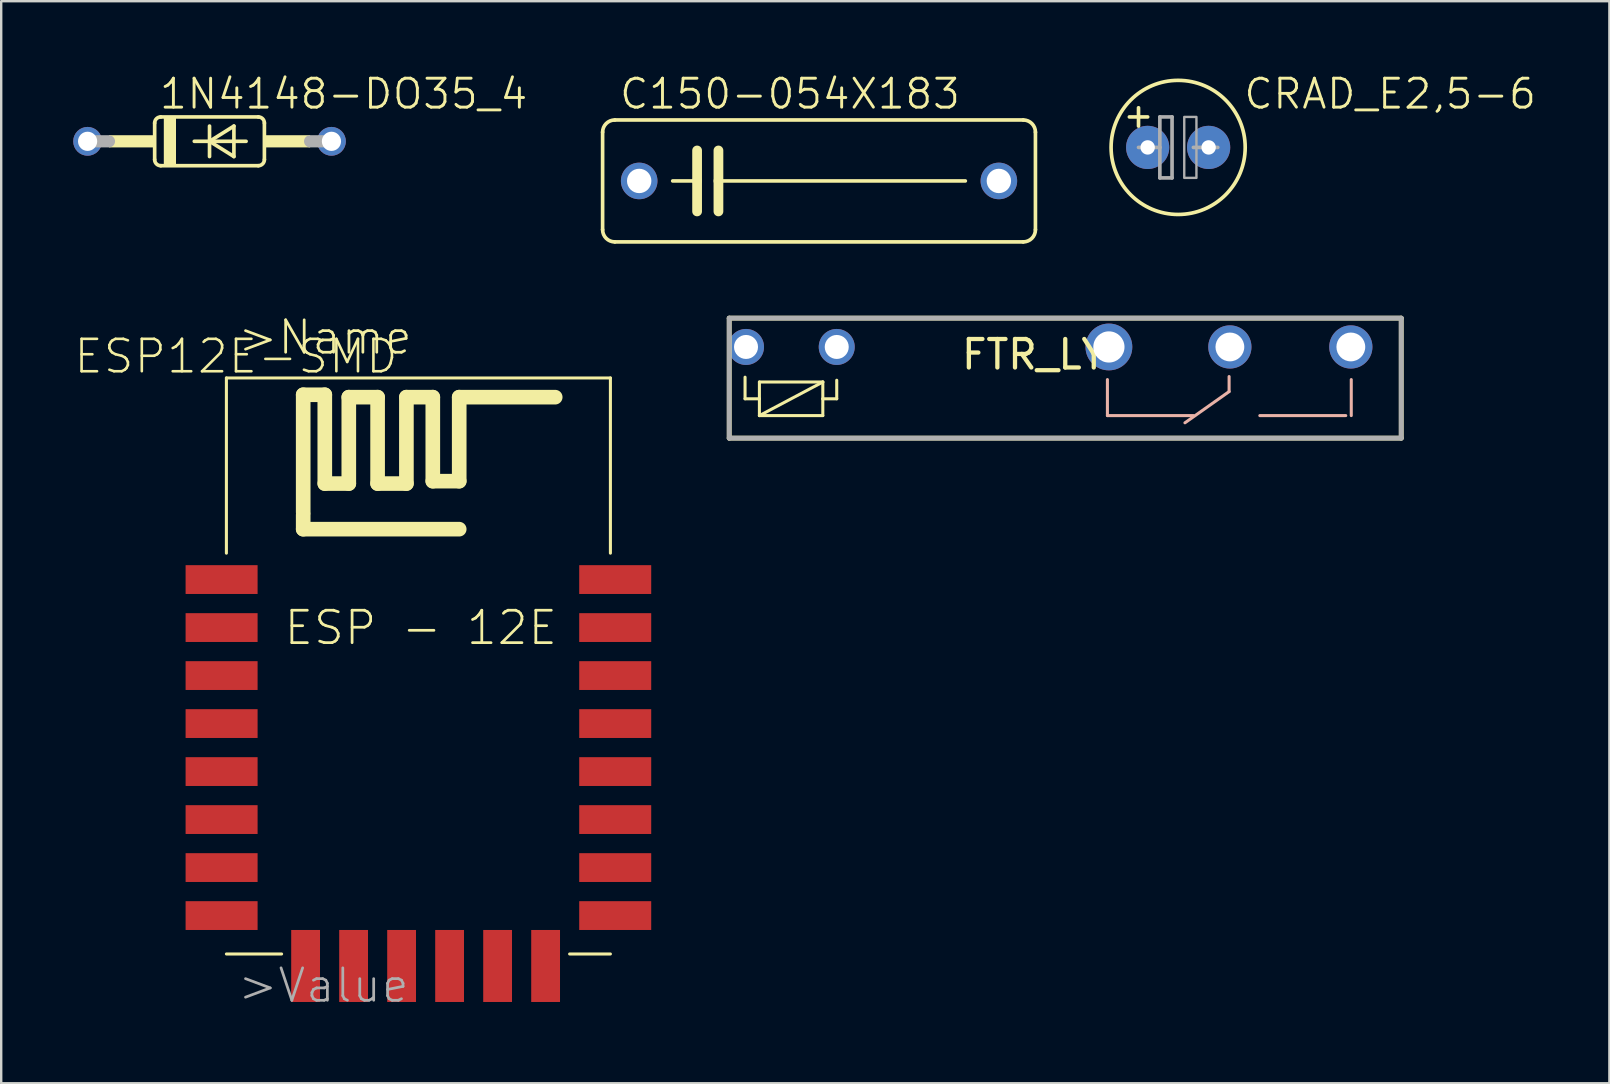
<source format=kicad_pcb>
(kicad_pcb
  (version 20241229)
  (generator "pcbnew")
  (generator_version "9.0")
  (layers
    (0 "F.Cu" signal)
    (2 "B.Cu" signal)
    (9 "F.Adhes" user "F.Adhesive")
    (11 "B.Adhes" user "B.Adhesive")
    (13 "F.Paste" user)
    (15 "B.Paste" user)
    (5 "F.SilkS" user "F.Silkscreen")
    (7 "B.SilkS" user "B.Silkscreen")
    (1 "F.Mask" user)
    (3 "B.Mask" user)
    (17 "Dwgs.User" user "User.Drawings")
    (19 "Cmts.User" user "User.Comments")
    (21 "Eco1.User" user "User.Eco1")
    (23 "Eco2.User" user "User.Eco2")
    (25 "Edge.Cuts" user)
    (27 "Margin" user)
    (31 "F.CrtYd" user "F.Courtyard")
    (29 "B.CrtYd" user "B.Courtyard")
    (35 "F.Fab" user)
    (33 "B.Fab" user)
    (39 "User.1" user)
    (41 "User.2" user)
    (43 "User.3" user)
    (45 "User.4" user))
  (footprint "ESP12E-SMD"
    (layer "F.Cu")
    (at 14.483 26.898)
    (property "Reference" "ESP12E-SMD" (at -7.7 -15.1 0) (layer "F.SilkS") (effects (font (size 1.351 1.351) (thickness 0.108))))
    (attr through_hole)
    (fp_line (start -8.1 -14.2) (end 7.9 -14.2) (stroke (width 0.127) (type solid)) (layer "F.SilkS"))
    (fp_line (start -8.1 -6.9) (end -8.1 -14.2) (stroke (width 0.127) (type solid)) (layer "F.SilkS"))
    (fp_line (start -5.8 9.8) (end -8.1 9.8) (stroke (width 0.127) (type solid)) (layer "F.SilkS"))
    (fp_line (start -4.9 -13.5) (end -4 -13.5) (stroke (width 0.61) (type solid)) (layer "F.SilkS"))
    (fp_line (start -4.9 -8.6) (end -4.9 -13.5) (stroke (width 0.61) (type solid)) (layer "F.SilkS"))
    (fp_line (start -4.9 -8.5) (end -4.9 -7.9) (stroke (width 0.61) (type solid)) (layer "F.SilkS"))
    (fp_line (start -4.9 -7.9) (end 1.6 -7.9) (stroke (width 0.61) (type solid)) (layer "F.SilkS"))
    (fp_line (start -4 -13.5) (end -4 -9.8) (stroke (width 0.61) (type solid)) (layer "F.SilkS"))
    (fp_line (start -4 -9.8) (end -3 -9.8) (stroke (width 0.61) (type solid)) (layer "F.SilkS"))
    (fp_line (start -3 -13.4) (end -1.8 -13.4) (stroke (width 0.61) (type solid)) (layer "F.SilkS"))
    (fp_line (start -3 -9.8) (end -3 -13.4) (stroke (width 0.61) (type solid)) (layer "F.SilkS"))
    (fp_line (start -1.8 -13.4) (end -1.8 -9.8) (stroke (width 0.61) (type solid)) (layer "F.SilkS"))
    (fp_line (start -1.8 -9.8) (end -0.6 -9.8) (stroke (width 0.61) (type solid)) (layer "F.SilkS"))
    (fp_line (start -0.6 -13.4) (end 0.5 -13.4) (stroke (width 0.61) (type solid)) (layer "F.SilkS"))
    (fp_line (start -0.6 -9.8) (end -0.6 -13.4) (stroke (width 0.61) (type solid)) (layer "F.SilkS"))
    (fp_line (start 0.5 -13.4) (end 0.5 -9.9) (stroke (width 0.61) (type solid)) (layer "F.SilkS"))
    (fp_line (start 0.5 -9.9) (end 1.6 -9.9) (stroke (width 0.61) (type solid)) (layer "F.SilkS"))
    (fp_line (start 1.6 -13.4) (end 5.6 -13.4) (stroke (width 0.61) (type solid)) (layer "F.SilkS"))
    (fp_line (start 1.6 -9.9) (end 1.6 -13.4) (stroke (width 0.61) (type solid)) (layer "F.SilkS"))
    (fp_line (start 7.9 -14.2) (end 7.9 -6.9) (stroke (width 0.127) (type solid)) (layer "F.SilkS"))
    (fp_line (start 7.9 9.8) (end 6.2 9.8) (stroke (width 0.127) (type solid)) (layer "F.SilkS"))
    (fp_text user ">Name" (at -7.7 -15.1 0) (layer "F.SilkS") (effects (font (size 1.351 1.351) (thickness 0.114)) (justify left bottom)))
    (fp_text user "ESP - 12E" (at 0 -3 0) (layer "F.SilkS") (effects (font (size 1.351 1.351) (thickness 0.114)) (justify bottom)))
    (fp_text user ">Value" (at -7.7 11.9 0) (layer "F.Fab") (effects (font (size 1.351 1.351) (thickness 0.114)) (justify left bottom)))
    (pad "ADC" smd rect (at -8.3 -3.8) (size 3 1.2) (layers "F.Cu" "F.Mask" "F.Paste"))
    (pad "CH_PD" smd rect (at -8.3 -1.8) (size 3 1.2) (layers "F.Cu" "F.Mask" "F.Paste"))
    (pad "CS0" smd rect (at -4.8 10.3 90) (size 3 1.2) (layers "F.Cu" "F.Mask" "F.Paste"))
    (pad "GND" smd rect (at 8.1 8.2) (size 3 1.2) (layers "F.Cu" "F.Mask" "F.Paste"))
    (pad "GPIO0" smd rect (at 8.1 2.2) (size 3 1.2) (layers "F.Cu" "F.Mask" "F.Paste"))
    (pad "GPIO2" smd rect (at 8.1 4.2) (size 3 1.2) (layers "F.Cu" "F.Mask" "F.Paste"))
    (pad "GPIO4" smd rect (at 8.1 0.2) (size 3 1.2) (layers "F.Cu" "F.Mask" "F.Paste"))
    (pad "GPIO5" smd rect (at 8.1 -1.8) (size 3 1.2) (layers "F.Cu" "F.Mask" "F.Paste"))
    (pad "GPIO9" smd rect (at -0.8 10.3 90) (size 3 1.2) (layers "F.Cu" "F.Mask" "F.Paste"))
    (pad "GPIO10" smd rect (at 1.2 10.3 90) (size 3 1.2) (layers "F.Cu" "F.Mask" "F.Paste"))
    (pad "GPIO12" smd rect (at -8.3 4.2) (size 3 1.2) (layers "F.Cu" "F.Mask" "F.Paste"))
    (pad "GPIO13" smd rect (at -8.3 6.2) (size 3 1.2) (layers "F.Cu" "F.Mask" "F.Paste"))
    (pad "GPIO14" smd rect (at -8.3 2.2) (size 3 1.2) (layers "F.Cu" "F.Mask" "F.Paste"))
    (pad "GPIO15" smd rect (at 8.1 6.2) (size 3 1.2) (layers "F.Cu" "F.Mask" "F.Paste"))
    (pad "GPIO16" smd rect (at -8.3 0.2) (size 3 1.2) (layers "F.Cu" "F.Mask" "F.Paste"))
    (pad "MISO" smd rect (at -2.8 10.3 90) (size 3 1.2) (layers "F.Cu" "F.Mask" "F.Paste"))
    (pad "MOSI" smd rect (at 3.2 10.3 90) (size 3 1.2) (layers "F.Cu" "F.Mask" "F.Paste"))
    (pad "RESET" smd rect (at -8.3 -5.8) (size 3 1.2) (layers "F.Cu" "F.Mask" "F.Paste"))
    (pad "RXD0" smd rect (at 8.1 -3.8) (size 3 1.2) (layers "F.Cu" "F.Mask" "F.Paste"))
    (pad "SCLK" smd rect (at 5.2 10.3 90) (size 3 1.2) (layers "F.Cu" "F.Mask" "F.Paste"))
    (pad "TXD0" smd rect (at 8.1 -5.8) (size 3 1.2) (layers "F.Cu" "F.Mask" "F.Paste"))
    (pad "VCC" smd rect (at -8.3 8.2) (size 3 1.2) (layers "F.Cu" "F.Mask" "F.Paste")))
  (footprint "CRAD_E2,5-6"
    (layer "F.Cu")
    (at 46.038 3.092)
    (property "Reference" "CRAD_E2,5-6" (at 2.667 -1.524 180) (layer "F.SilkS") (effects (font (size 1.206 1.206) (thickness 0.121)) (justify left bottom)))
    (attr through_hole)
    (fp_line (start -2.032 -1.27) (end -1.651 -1.27) (stroke (width 0.152) (type solid)) (layer "F.SilkS"))
    (fp_line (start -1.651 -1.27) (end -1.651 -1.651) (stroke (width 0.152) (type solid)) (layer "F.SilkS"))
    (fp_line (start -1.651 -1.27) (end -1.27 -1.27) (stroke (width 0.152) (type solid)) (layer "F.SilkS"))
    (fp_line (start -1.651 -0.889) (end -1.651 -1.27) (stroke (width 0.152) (type solid)) (layer "F.SilkS"))
    (fp_circle (center 0 0) (end 2.794 0) (stroke (width 0.152) (type solid)) (fill no) (layer "F.SilkS"))
    (fp_line (start -1.651 0) (end -0.762 0) (stroke (width 0.152) (type solid)) (layer "F.Fab"))
    (fp_line (start -0.762 -1.27) (end -0.762 0) (stroke (width 0.152) (type solid)) (layer "F.Fab"))
    (fp_line (start -0.762 0) (end -0.762 1.27) (stroke (width 0.152) (type solid)) (layer "F.Fab"))
    (fp_line (start -0.762 1.27) (end -0.254 1.27) (stroke (width 0.152) (type solid)) (layer "F.Fab"))
    (fp_line (start -0.254 -1.27) (end -0.762 -1.27) (stroke (width 0.152) (type solid)) (layer "F.Fab"))
    (fp_line (start -0.254 1.27) (end -0.254 -1.27) (stroke (width 0.152) (type solid)) (layer "F.Fab"))
    (fp_line (start 0.635 0) (end 1.651 0) (stroke (width 0.152) (type solid)) (layer "F.Fab"))
    (fp_poly (pts (xy 0.254 1.27) (xy 0.762 1.27) (xy 0.762 -1.27) (xy 0.254 -1.27)) (stroke (width 0.1) (type solid)) (fill no) (layer "F.Fab"))
    (pad "+" thru_hole circle (at -1.27 0) (size 1.8 1.8) (drill 0.6) (layers "*.Cu" "*.Mask"))
    (pad "-" thru_hole circle (at 1.27 0) (size 1.8 1.8) (drill 0.6) (layers "*.Cu" "*.Mask")))
  (footprint "C150-054X183"
    (layer "F.Cu")
    (at 31.075 4.489)
    (property "Reference" "C150-054X183" (at -8.382 -2.921 0) (layer "F.SilkS") (effects (font (size 1.206 1.206) (thickness 0.121)) (justify left bottom)))
    (attr through_hole)
    (fp_line (start -9.017 2.032) (end -9.017 -2.032) (stroke (width 0.152) (type solid)) (layer "F.SilkS"))
    (fp_line (start -8.509 -2.54) (end 8.509 -2.54) (stroke (width 0.152) (type solid)) (layer "F.SilkS"))
    (fp_line (start -5.08 -1.27) (end -5.08 0) (stroke (width 0.406) (type solid)) (layer "F.SilkS"))
    (fp_line (start -5.08 0) (end -6.096 0) (stroke (width 0.152) (type solid)) (layer "F.SilkS"))
    (fp_line (start -5.08 0) (end -5.08 1.27) (stroke (width 0.406) (type solid)) (layer "F.SilkS"))
    (fp_line (start -4.191 -1.27) (end -4.191 0) (stroke (width 0.406) (type solid)) (layer "F.SilkS"))
    (fp_line (start -4.191 0) (end -4.191 1.27) (stroke (width 0.406) (type solid)) (layer "F.SilkS"))
    (fp_line (start -4.191 0) (end 6.096 0) (stroke (width 0.152) (type solid)) (layer "F.SilkS"))
    (fp_line (start 8.509 2.54) (end -8.509 2.54) (stroke (width 0.152) (type solid)) (layer "F.SilkS"))
    (fp_line (start 9.017 -2.032) (end 9.017 2.032) (stroke (width 0.152) (type solid)) (layer "F.SilkS"))
    (fp_arc (start -9.017 -2.032) (mid -8.86821 -2.39121) (end -8.509 -2.54) (stroke (width 0.1524) (type solid)) (layer "F.SilkS"))
    (fp_arc (start -8.509 2.54) (mid -8.86821 2.39121) (end -9.017 2.032) (stroke (width 0.1524) (type solid)) (layer "F.SilkS"))
    (fp_arc (start 8.509 -2.54) (mid 8.86821 -2.39121) (end 9.017 -2.032) (stroke (width 0.1524) (type solid)) (layer "F.SilkS"))
    (fp_arc (start 9.017 2.032) (mid 8.86821 2.39121) (end 8.509 2.54) (stroke (width 0.1524) (type solid)) (layer "F.SilkS"))
    (pad "1" thru_hole circle (at -7.493 0) (size 1.524 1.524) (drill 1.016) (layers "*.Cu" "*.Mask"))
    (pad "2" thru_hole circle (at 7.493 0) (size 1.524 1.524) (drill 1.016) (layers "*.Cu" "*.Mask")))
  (footprint "1N4148-DO35_4"
    (layer "F.Cu")
    (at 5.68 2.838)
    (property "Reference" "1N4148-DO35_4" (at -2.159 -1.27 0) (layer "F.SilkS") (effects (font (size 1.206 1.206) (thickness 0.121)) (justify left bottom)))
    (attr through_hole)
    (fp_line (start -2.286 -0.762) (end -2.286 0.762) (stroke (width 0.152) (type solid)) (layer "F.SilkS"))
    (fp_line (start -2.032 -1.016) (end 2.032 -1.016) (stroke (width 0.152) (type solid)) (layer "F.SilkS"))
    (fp_line (start -2.032 1.016) (end 2.032 1.016) (stroke (width 0.152) (type solid)) (layer "F.SilkS"))
    (fp_line (start -0.635 0) (end 0 0) (stroke (width 0.152) (type solid)) (layer "F.SilkS"))
    (fp_line (start 0 -0.635) (end 0 0) (stroke (width 0.152) (type solid)) (layer "F.SilkS"))
    (fp_line (start 0 0) (end 0 0.635) (stroke (width 0.152) (type solid)) (layer "F.SilkS"))
    (fp_line (start 0 0) (end 1.016 -0.635) (stroke (width 0.152) (type solid)) (layer "F.SilkS"))
    (fp_line (start 0 0) (end 1.524 0) (stroke (width 0.152) (type solid)) (layer "F.SilkS"))
    (fp_line (start 1.016 -0.635) (end 1.016 0.635) (stroke (width 0.152) (type solid)) (layer "F.SilkS"))
    (fp_line (start 1.016 0.635) (end 0 0) (stroke (width 0.152) (type solid)) (layer "F.SilkS"))
    (fp_line (start 2.286 0.762) (end 2.286 -0.762) (stroke (width 0.152) (type solid)) (layer "F.SilkS"))
    (fp_arc (start -2.286 -0.762) (mid -2.211605 -0.941605) (end -2.032 -1.016) (stroke (width 0.1524) (type solid)) (layer "F.SilkS"))
    (fp_arc (start -2.032 1.016) (mid -2.211605 0.941605) (end -2.286 0.762) (stroke (width 0.1524) (type solid)) (layer "F.SilkS"))
    (fp_arc (start 2.032 -1.016) (mid 2.211605 -0.941605) (end 2.286 -0.762) (stroke (width 0.1524) (type solid)) (layer "F.SilkS"))
    (fp_arc (start 2.286 0.762) (mid 2.211605 0.941605) (end 2.032 1.016) (stroke (width 0.1524) (type solid)) (layer "F.SilkS"))
    (fp_poly (pts (xy -4.191 0.254) (xy -2.286 0.254) (xy -2.286 -0.254) (xy -4.191 -0.254)) (stroke (width 0) (type solid)) (fill yes) (layer "F.SilkS"))
    (fp_poly (pts (xy -1.905 1.016) (xy -1.397 1.016) (xy -1.397 -1.016) (xy -1.905 -1.016)) (stroke (width 0) (type solid)) (fill yes) (layer "F.SilkS"))
    (fp_poly (pts (xy 2.286 0.254) (xy 4.191 0.254) (xy 4.191 -0.254) (xy 2.286 -0.254)) (stroke (width 0) (type solid)) (fill yes) (layer "F.SilkS"))
    (fp_line (start -5.08 0) (end -4.191 0) (stroke (width 0.508) (type solid)) (layer "F.Fab"))
    (fp_line (start 5.08 0) (end 4.191 0) (stroke (width 0.508) (type solid)) (layer "F.Fab"))
    (pad "A" thru_hole circle (at 5.08 0) (size 1.2 1.2) (drill 0.8) (layers "*.Cu" "*.Mask"))
    (pad "K" thru_hole circle (at -5.08 0) (size 1.2 1.2) (drill 0.8) (layers "*.Cu" "*.Mask")))
  (footprint "FTR_LY"
    (layer "F.Cu")
    (at 27.333 15.206)
    (property "Reference" "FTR_LY" (at 12.7 -2.79 0) (layer "F.SilkS") (effects (font (size 1.188 1.188) (thickness 0.178)) (justify bottom)))
    (attr through_hole)
    (fp_line (start 0 -5) (end 28 -5) (stroke (width 0.2) (type solid)) (layer "F.SilkS"))
    (fp_line (start 0 0) (end 0 -5) (stroke (width 0.2) (type solid)) (layer "F.SilkS"))
    (fp_line (start 0.66 -1.64) (end 0.66 -2.54) (stroke (width 0.127) (type solid)) (layer "F.SilkS"))
    (fp_line (start 1.258 -2.34) (end 1.258 -1.64) (stroke (width 0.127) (type solid)) (layer "F.SilkS"))
    (fp_line (start 1.258 -1.64) (end 0.66 -1.64) (stroke (width 0.127) (type solid)) (layer "F.SilkS"))
    (fp_line (start 1.258 -1.64) (end 1.258 -0.94) (stroke (width 0.127) (type solid)) (layer "F.SilkS"))
    (fp_line (start 1.258 -0.94) (end 3.9 -2.34) (stroke (width 0.127) (type solid)) (layer "F.SilkS"))
    (fp_line (start 1.258 -0.94) (end 3.9 -0.94) (stroke (width 0.127) (type solid)) (layer "F.SilkS"))
    (fp_line (start 3.9 -2.34) (end 1.258 -2.34) (stroke (width 0.127) (type solid)) (layer "F.SilkS"))
    (fp_line (start 3.9 -1.64) (end 3.9 -2.34) (stroke (width 0.127) (type solid)) (layer "F.SilkS"))
    (fp_line (start 3.9 -1.64) (end 4.48 -1.64) (stroke (width 0.127) (type solid)) (layer "F.SilkS"))
    (fp_line (start 3.9 -0.94) (end 3.9 -1.64) (stroke (width 0.127) (type solid)) (layer "F.SilkS"))
    (fp_line (start 4.48 -1.64) (end 4.48 -2.413) (stroke (width 0.127) (type solid)) (layer "F.SilkS"))
    (fp_line (start 28 -5) (end 28 0) (stroke (width 0.2) (type solid)) (layer "F.SilkS"))
    (fp_line (start 28 0) (end 0 0) (stroke (width 0.2) (type solid)) (layer "F.SilkS"))
    (fp_line (start 15.758 -2.44) (end 15.758 -0.94) (stroke (width 0.127) (type solid)) (layer "B.SilkS"))
    (fp_line (start 15.758 -0.94) (end 19.339 -0.94) (stroke (width 0.127) (type solid)) (layer "B.SilkS"))
    (fp_line (start 20.828 -2.567) (end 20.828 -1.94) (stroke (width 0.127) (type solid)) (layer "B.SilkS"))
    (fp_line (start 20.828 -1.94) (end 18.988 -0.64) (stroke (width 0.127) (type solid)) (layer "B.SilkS"))
    (fp_line (start 22.108 -0.94) (end 25.689 -0.94) (stroke (width 0.127) (type solid)) (layer "B.SilkS"))
    (fp_line (start 25.918 -2.44) (end 25.918 -0.94) (stroke (width 0.127) (type solid)) (layer "B.SilkS"))
    (fp_line (start 0 -5) (end 28 -5) (stroke (width 0.2) (type solid)) (layer "F.Fab"))
    (fp_line (start 0 0) (end 0 -5) (stroke (width 0.2) (type solid)) (layer "F.Fab"))
    (fp_line (start 28 -5) (end 28 0) (stroke (width 0.2) (type solid)) (layer "F.Fab"))
    (fp_line (start 28 0) (end 0 0) (stroke (width 0.2) (type solid)) (layer "F.Fab"))
    (pad "11" thru_hole circle (at 20.86 -3.8) (size 1.8 1.8) (drill 1.2) (layers "*.Cu" "*.Mask"))
    (pad "12" thru_hole circle (at 15.82 -3.8) (size 1.95 1.95) (drill 1.3) (layers "*.Cu" "*.Mask"))
    (pad "14" thru_hole circle (at 25.9 -3.8) (size 1.8 1.8) (drill 1.2) (layers "*.Cu" "*.Mask"))
    (pad "A1" thru_hole circle (at 0.7 -3.8) (size 1.5 1.5) (drill 1) (layers "*.Cu" "*.Mask"))
    (pad "A2" thru_hole circle (at 4.48 -3.8) (size 1.5 1.5) (drill 1) (layers "*.Cu" "*.Mask")))
  (gr_rect
    (start -3 -3)
    (end 64.006 42.086)
    (stroke (width 0.1) (type default))
    (fill no)
    (layer "Edge.Cuts")))
</source>
